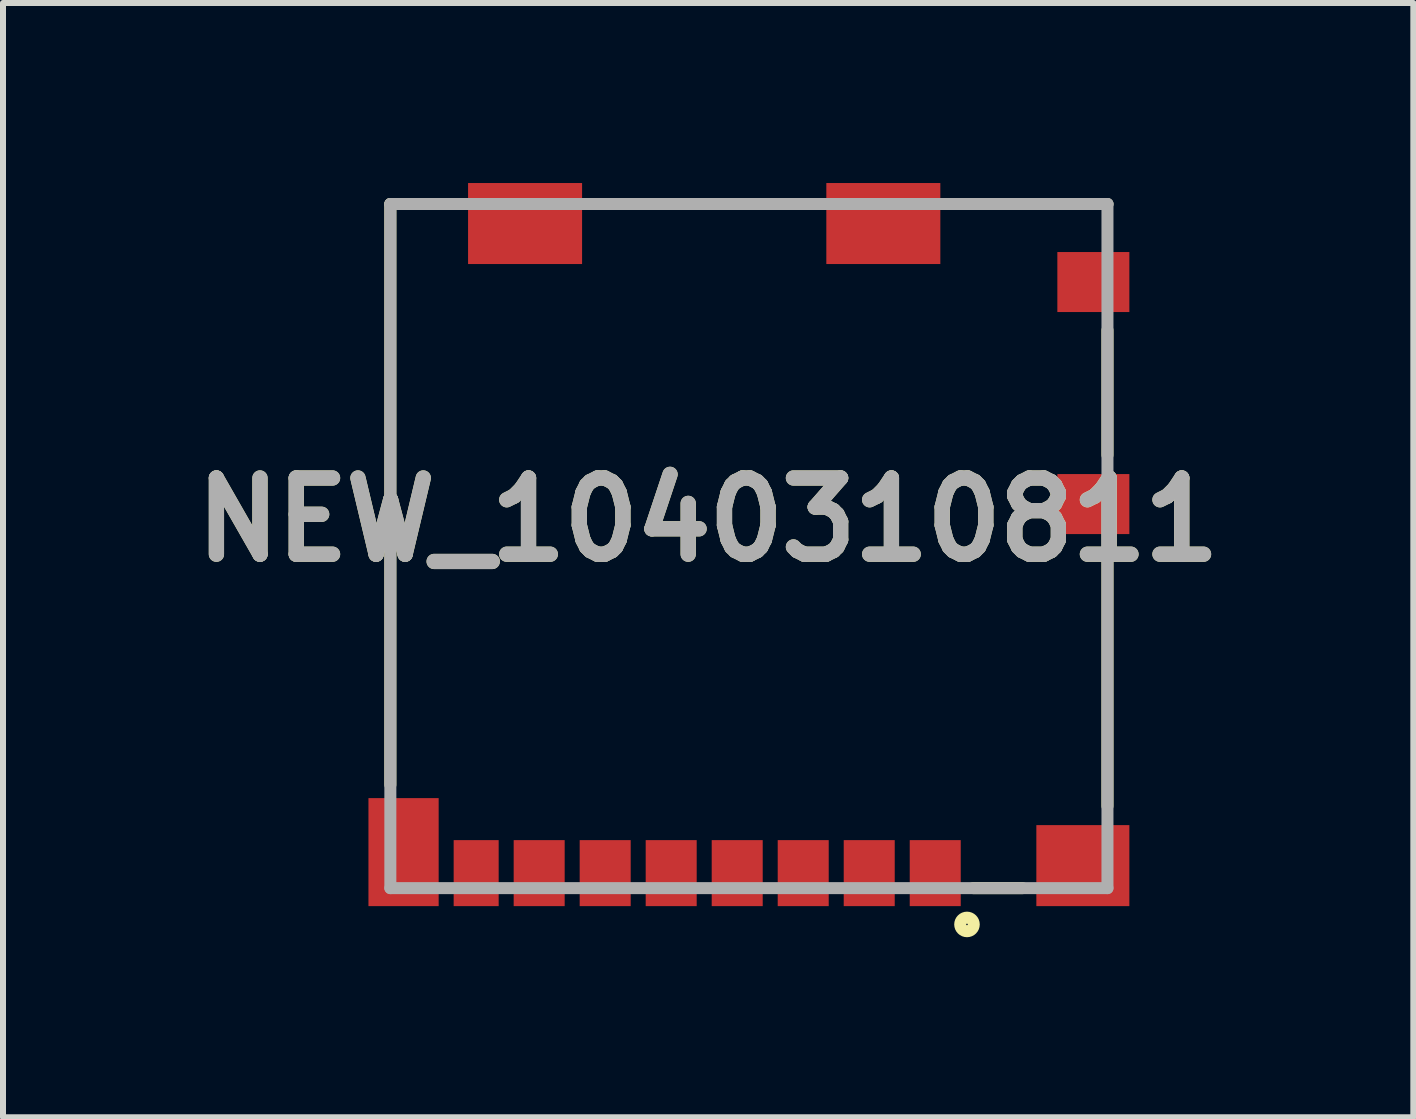
<source format=kicad_pcb>
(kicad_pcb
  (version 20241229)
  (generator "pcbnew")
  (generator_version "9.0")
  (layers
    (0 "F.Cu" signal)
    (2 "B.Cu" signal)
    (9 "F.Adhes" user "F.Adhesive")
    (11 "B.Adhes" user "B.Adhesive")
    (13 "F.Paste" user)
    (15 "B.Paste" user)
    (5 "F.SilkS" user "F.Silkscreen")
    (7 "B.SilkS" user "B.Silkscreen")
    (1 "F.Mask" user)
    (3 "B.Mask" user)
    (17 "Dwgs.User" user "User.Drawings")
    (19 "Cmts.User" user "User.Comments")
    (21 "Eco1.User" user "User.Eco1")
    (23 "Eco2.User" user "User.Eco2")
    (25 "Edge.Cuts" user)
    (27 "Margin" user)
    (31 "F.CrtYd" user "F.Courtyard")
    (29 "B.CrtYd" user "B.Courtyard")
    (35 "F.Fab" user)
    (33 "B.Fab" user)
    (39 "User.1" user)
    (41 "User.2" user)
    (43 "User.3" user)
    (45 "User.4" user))
  (footprint "NEW_1040310811"
    (layer "F.Cu")
    (at 9.43 11.75)
    (property "Reference" "NEW_1040310811" (at -0.679 -6.139 0) (layer "F.SilkS") (effects (font (size 1.27 1.27) (thickness 0.254))))
    (attr smd)
    (fp_line (start -5.975 -11.4) (end -5.975 -1.721) (stroke (width 0.2) (type solid)) (layer "F.SilkS"))
    (fp_line (start -5.975 -11.4) (end -4.914 -11.4) (stroke (width 0.2) (type solid)) (layer "F.SilkS"))
    (fp_line (start -2.5 -11.4) (end 1 -11.4) (stroke (width 0.2) (type solid)) (layer "F.SilkS"))
    (fp_line (start 3.739 0) (end 4.56 0) (stroke (width 0.2) (type solid)) (layer "F.SilkS"))
    (fp_line (start 5.975 -11.4) (end 3.455 -11.4) (stroke (width 0.2) (type solid)) (layer "F.SilkS"))
    (fp_line (start 5.975 -9.297) (end 5.975 -7.216) (stroke (width 0.2) (type solid)) (layer "F.SilkS"))
    (fp_line (start 5.975 -5.601) (end 5.975 -1.367) (stroke (width 0.2) (type solid)) (layer "F.SilkS"))
    (fp_circle (center 3.634 0.605) (end 3.634 0.718) (stroke (width 0.2) (type solid)) (fill no) (layer "F.SilkS"))
    (fp_line (start -5.975 -11.4) (end 5.975 -11.4) (stroke (width 0.2) (type solid)) (layer "F.Fab"))
    (fp_line (start -5.975 0) (end -5.975 -11.4) (stroke (width 0.2) (type solid)) (layer "F.Fab"))
    (fp_line (start 5.975 -11.4) (end 5.975 0) (stroke (width 0.2) (type solid)) (layer "F.Fab"))
    (fp_line (start 5.975 0) (end -5.975 0) (stroke (width 0.2) (type solid)) (layer "F.Fab"))
    (fp_text user "${REFERENCE}" (at -0.679 -6.139 0) (layer "F.Fab") (effects (font (size 1.27 1.27) (thickness 0.254))))
    (pad "1" smd rect (at 3.105 -0.25) (size 0.85 1.1) (layers "F.Cu" "F.Mask" "F.Paste"))
    (pad "2" smd rect (at 2.005 -0.25) (size 0.85 1.1) (layers "F.Cu" "F.Mask" "F.Paste"))
    (pad "3" smd rect (at 0.905 -0.25) (size 0.85 1.1) (layers "F.Cu" "F.Mask" "F.Paste"))
    (pad "4" smd rect (at -0.195 -0.25) (size 0.85 1.1) (layers "F.Cu" "F.Mask" "F.Paste"))
    (pad "5" smd rect (at -1.295 -0.25) (size 0.85 1.1) (layers "F.Cu" "F.Mask" "F.Paste"))
    (pad "6" smd rect (at -2.395 -0.25) (size 0.85 1.1) (layers "F.Cu" "F.Mask" "F.Paste"))
    (pad "7" smd rect (at -3.495 -0.25) (size 0.85 1.1) (layers "F.Cu" "F.Mask" "F.Paste"))
    (pad "8" smd rect (at -4.545 -0.25) (size 0.75 1.1) (layers "F.Cu" "F.Mask" "F.Paste"))
    (pad "9" smd rect (at -5.755 -0.6) (size 1.17 1.8) (layers "F.Cu" "F.Mask" "F.Paste"))
    (pad "10" smd rect (at -3.73 -11.075 90) (size 1.35 1.9) (layers "F.Cu" "F.Mask" "F.Paste"))
    (pad "11" smd rect (at 2.24 -11.075 90) (size 1.35 1.9) (layers "F.Cu" "F.Mask" "F.Paste"))
    (pad "12" smd rect (at 5.74 -10.1 90) (size 1 1.2) (layers "F.Cu" "F.Mask" "F.Paste"))
    (pad "13" smd rect (at 5.74 -6.4 90) (size 1 1.2) (layers "F.Cu" "F.Mask" "F.Paste"))
    (pad "14" smd rect (at 5.565 -0.375 90) (size 1.35 1.55) (layers "F.Cu" "F.Mask" "F.Paste")))
  (gr_rect
    (start -3 -3)
    (end 20.502 15.568)
    (stroke (width 0.1) (type default))
    (fill no)
    (layer "Edge.Cuts")))
</source>
